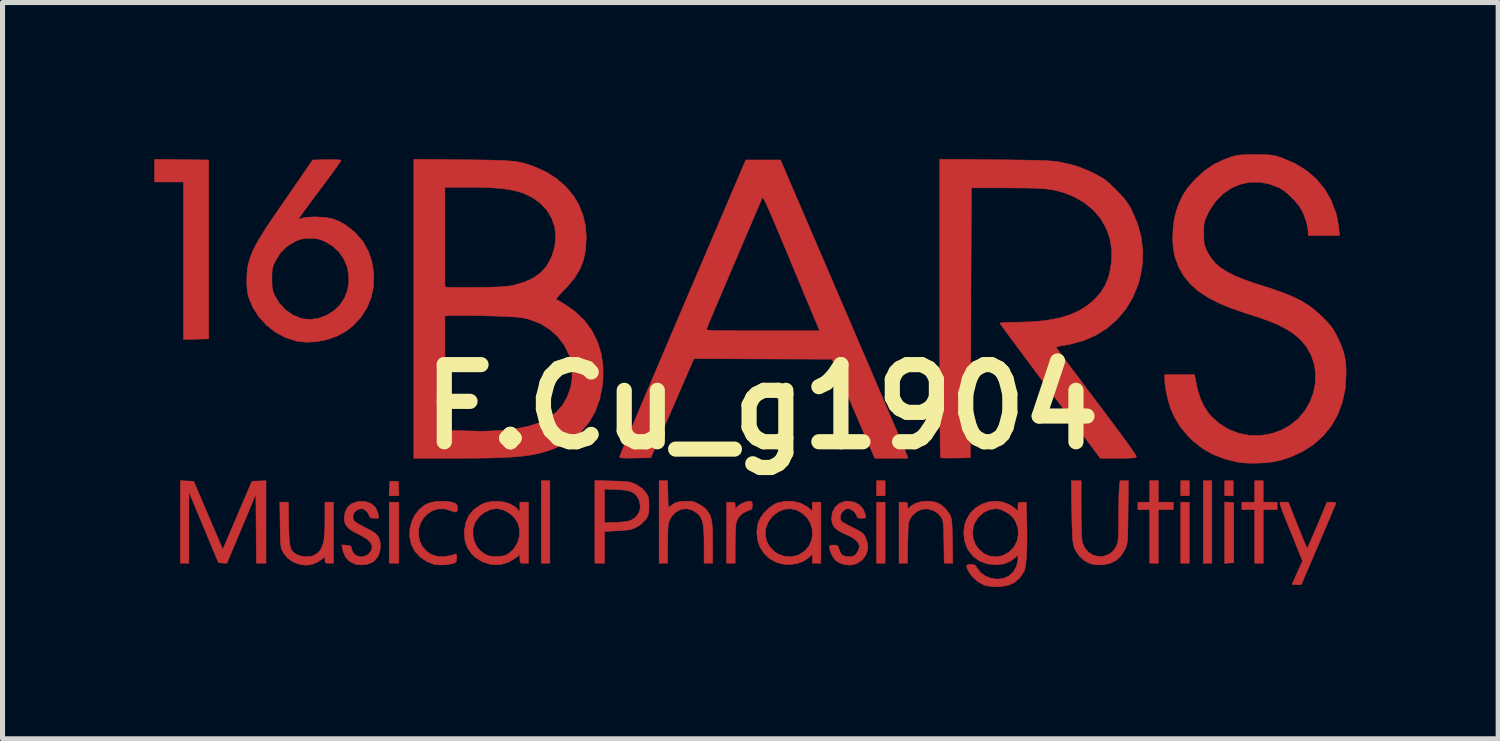
<source format=kicad_pcb>
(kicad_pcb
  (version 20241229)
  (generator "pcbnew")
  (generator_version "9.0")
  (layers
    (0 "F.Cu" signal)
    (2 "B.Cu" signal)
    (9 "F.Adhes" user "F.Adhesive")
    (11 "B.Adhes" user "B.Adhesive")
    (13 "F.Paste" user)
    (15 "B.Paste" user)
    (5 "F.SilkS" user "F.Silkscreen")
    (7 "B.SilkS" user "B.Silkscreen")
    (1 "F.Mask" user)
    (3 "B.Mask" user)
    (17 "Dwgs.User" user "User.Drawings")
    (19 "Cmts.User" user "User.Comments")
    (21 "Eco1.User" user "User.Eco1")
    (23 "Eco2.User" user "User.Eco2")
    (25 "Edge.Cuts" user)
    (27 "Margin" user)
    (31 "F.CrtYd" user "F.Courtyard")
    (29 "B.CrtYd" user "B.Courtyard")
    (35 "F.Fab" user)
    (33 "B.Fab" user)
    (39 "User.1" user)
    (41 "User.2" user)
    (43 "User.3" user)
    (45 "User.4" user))
  (footprint "F.Cu_g1904"
    (layer "F.Cu")
    (at 12.007 4.99)
    (property "Reference" "F.Cu_g1904" (at 0 0 0) (layer "F.SilkS") (effects (font (size 1.524 1.524) (thickness 0.3))))
    (attr through_hole)
    (fp_poly (pts (xy -7.176 3.09) (xy -7.366 3.09) (xy -7.366 1.884) (xy -7.176 1.884) (xy -7.176 3.09)) (stroke (width 0.01) (type solid)) (fill yes) (layer "F.Cu"))
    (fp_poly (pts (xy -7.174 1.757) (xy -7.368 1.757) (xy -7.355 1.471) (xy -7.186 1.471) (xy -7.174 1.757)) (stroke (width 0.01) (type solid)) (fill yes) (layer "F.Cu"))
    (fp_poly (pts (xy -4.191 3.09) (xy -4.36 3.09) (xy -4.36 1.46) (xy -4.191 1.46) (xy -4.191 3.09)) (stroke (width 0.01) (type solid)) (fill yes) (layer "F.Cu"))
    (fp_poly (pts (xy 2.434 1.757) (xy 2.265 1.757) (xy 2.265 1.46) (xy 2.434 1.46) (xy 2.434 1.757)) (stroke (width 0.01) (type solid)) (fill yes) (layer "F.Cu"))
    (fp_poly (pts (xy 2.434 3.09) (xy 2.265 3.09) (xy 2.265 1.884) (xy 2.434 1.884) (xy 2.434 3.09)) (stroke (width 0.01) (type solid)) (fill yes) (layer "F.Cu"))
    (fp_poly (pts (xy 8.445 1.757) (xy 8.276 1.757) (xy 8.276 1.46) (xy 8.445 1.46) (xy 8.445 1.757)) (stroke (width 0.01) (type solid)) (fill yes) (layer "F.Cu"))
    (fp_poly (pts (xy 8.445 3.09) (xy 8.276 3.09) (xy 8.276 1.884) (xy 8.445 1.884) (xy 8.445 3.09)) (stroke (width 0.01) (type solid)) (fill yes) (layer "F.Cu"))
    (fp_poly (pts (xy 8.89 3.09) (xy 8.721 3.09) (xy 8.721 1.46) (xy 8.89 1.46) (xy 8.89 3.09)) (stroke (width 0.01) (type solid)) (fill yes) (layer "F.Cu"))
    (fp_poly (pts (xy 9.313 1.757) (xy 9.144 1.757) (xy 9.144 1.46) (xy 9.313 1.46) (xy 9.313 1.757)) (stroke (width 0.01) (type solid)) (fill yes) (layer "F.Cu"))
    (fp_poly (pts (xy 9.324 1.894) (xy 9.324 3.08) (xy 9.234 3.086) (xy 9.144 3.093) (xy 9.144 1.881) (xy 9.324 1.894)) (stroke (width 0.01) (type solid)) (fill yes) (layer "F.Cu"))
    (fp_poly (pts (xy -10.933 -4.879) (xy -10.933 -1.344) (xy -11.43 -1.332) (xy -11.43 -4.445) (xy -12.002 -4.445) (xy -12.002 -4.89) (xy -10.933 -4.879)) (stroke (width 0.01) (type solid)) (fill yes) (layer "F.Cu"))
    (fp_poly (pts (xy 7.832 1.884) (xy 8.128 1.884) (xy 8.128 2.032) (xy 7.832 2.032) (xy 7.832 3.09) (xy 7.662 3.09) (xy 7.662 2.032) (xy 7.429 2.032) (xy 7.429 1.884) (xy 7.662 1.884) (xy 7.662 1.46) (xy 7.832 1.46) (xy 7.832 1.884)) (stroke (width 0.01) (type solid)) (fill yes) (layer "F.Cu"))
    (fp_poly (pts (xy 9.906 1.884) (xy 10.181 1.884) (xy 10.181 2.032) (xy 9.906 2.032) (xy 9.906 3.09) (xy 9.737 3.09) (xy 9.737 2.032) (xy 9.483 2.032) (xy 9.483 1.884) (xy 9.737 1.884) (xy 9.737 1.46) (xy 9.906 1.46) (xy 9.906 1.884)) (stroke (width 0.01) (type solid)) (fill yes) (layer "F.Cu"))
    (fp_poly (pts (xy -11.361 1.465) (xy -11.229 1.471) (xy -10.942 2.144) (xy -10.654 2.816) (xy -10.079 1.471) (xy -9.939 1.465) (xy -9.8 1.459) (xy -9.8 3.09) (xy -9.99 3.09) (xy -9.996 2.408) (xy -10.001 1.725) (xy -10.573 3.091) (xy -10.656 3.086) (xy -10.74 3.08) (xy -11.031 2.381) (xy -11.323 1.683) (xy -11.324 2.387) (xy -11.324 3.09) (xy -11.493 3.09) (xy -11.493 1.458) (xy -11.361 1.465)) (stroke (width 0.01) (type solid)) (fill yes) (layer "F.Cu"))
    (fp_poly (pts (xy -0.209 1.867) (xy -0.194 1.889) (xy -0.191 1.94) (xy -0.191 1.947) (xy -0.193 2) (xy -0.209 2.028) (xy -0.251 2.046) (xy -0.279 2.054) (xy -0.381 2.102) (xy -0.46 2.181) (xy -0.506 2.277) (xy -0.514 2.326) (xy -0.52 2.408) (xy -0.525 2.514) (xy -0.528 2.636) (xy -0.529 2.725) (xy -0.529 3.09) (xy -0.699 3.09) (xy -0.699 1.884) (xy -0.614 1.884) (xy -0.56 1.886) (xy -0.535 1.9) (xy -0.529 1.935) (xy -0.529 1.951) (xy -0.529 2.019) (xy -0.484 1.97) (xy -0.413 1.916) (xy -0.325 1.877) (xy -0.244 1.863) (xy -0.209 1.867)) (stroke (width 0.01) (type solid)) (fill yes) (layer "F.Cu"))
    (fp_poly (pts (xy -1.858 1.725) (xy -1.852 1.99) (xy -1.77 1.932) (xy -1.717 1.899) (xy -1.66 1.88) (xy -1.585 1.869) (xy -1.532 1.866) (xy -1.442 1.864) (xy -1.376 1.87) (xy -1.316 1.889) (xy -1.259 1.915) (xy -1.185 1.958) (xy -1.12 2.009) (xy -1.09 2.04) (xy -1.052 2.096) (xy -1.023 2.152) (xy -1.002 2.217) (xy -0.988 2.296) (xy -0.979 2.398) (xy -0.975 2.528) (xy -0.974 2.691) (xy -0.974 3.09) (xy -1.143 3.09) (xy -1.143 2.734) (xy -1.145 2.563) (xy -1.151 2.428) (xy -1.164 2.323) (xy -1.184 2.242) (xy -1.212 2.18) (xy -1.25 2.13) (xy -1.286 2.097) (xy -1.389 2.036) (xy -1.497 2.013) (xy -1.604 2.028) (xy -1.701 2.078) (xy -1.782 2.161) (xy -1.823 2.232) (xy -1.837 2.269) (xy -1.848 2.313) (xy -1.855 2.37) (xy -1.859 2.448) (xy -1.861 2.554) (xy -1.862 2.695) (xy -1.862 2.704) (xy -1.863 3.09) (xy -2.032 3.09) (xy -2.032 1.46) (xy -1.864 1.46) (xy -1.858 1.725)) (stroke (width 0.01) (type solid)) (fill yes) (layer "F.Cu"))
    (fp_poly (pts (xy 10.289 1.883) (xy 10.312 1.884) (xy 10.403 1.884) (xy 10.583 2.339) (xy 10.635 2.468) (xy 10.682 2.583) (xy 10.721 2.678) (xy 10.751 2.748) (xy 10.769 2.787) (xy 10.774 2.793) (xy 10.785 2.775) (xy 10.809 2.722) (xy 10.845 2.642) (xy 10.89 2.538) (xy 10.942 2.417) (xy 10.975 2.339) (xy 11.165 1.884) (xy 11.258 1.884) (xy 11.314 1.886) (xy 11.338 1.896) (xy 11.337 1.918) (xy 11.336 1.921) (xy 11.325 1.948) (xy 11.299 2.01) (xy 11.261 2.101) (xy 11.211 2.219) (xy 11.152 2.358) (xy 11.085 2.514) (xy 11.013 2.682) (xy 10.99 2.736) (xy 10.658 3.514) (xy 10.568 3.514) (xy 10.513 3.512) (xy 10.481 3.508) (xy 10.477 3.506) (xy 10.486 3.484) (xy 10.508 3.433) (xy 10.542 3.358) (xy 10.58 3.272) (xy 10.683 3.047) (xy 10.466 2.509) (xy 10.395 2.335) (xy 10.339 2.196) (xy 10.296 2.088) (xy 10.266 2.009) (xy 10.247 1.952) (xy 10.238 1.915) (xy 10.239 1.894) (xy 10.248 1.884) (xy 10.265 1.882) (xy 10.289 1.883)) (stroke (width 0.01) (type solid)) (fill yes) (layer "F.Cu"))
    (fp_poly (pts (xy -6.243 1.867) (xy -6.14 1.88) (xy -6.096 1.892) (xy -6.043 1.919) (xy -6.02 1.956) (xy -6.016 1.981) (xy -6.017 2.046) (xy -6.038 2.077) (xy -6.083 2.076) (xy -6.14 2.054) (xy -6.267 2.016) (xy -6.389 2.016) (xy -6.502 2.048) (xy -6.602 2.109) (xy -6.685 2.192) (xy -6.746 2.293) (xy -6.782 2.407) (xy -6.788 2.529) (xy -6.761 2.655) (xy -6.72 2.744) (xy -6.636 2.848) (xy -6.529 2.919) (xy -6.403 2.957) (xy -6.262 2.96) (xy -6.113 2.927) (xy -6.07 2.91) (xy -6.046 2.907) (xy -6.035 2.927) (xy -6.033 2.98) (xy -6.032 2.983) (xy -6.037 3.041) (xy -6.054 3.073) (xy -6.09 3.092) (xy -6.165 3.11) (xy -6.264 3.121) (xy -6.367 3.123) (xy -6.456 3.116) (xy -6.483 3.111) (xy -6.624 3.056) (xy -6.75 2.97) (xy -6.853 2.861) (xy -6.923 2.735) (xy -6.93 2.715) (xy -6.961 2.567) (xy -6.958 2.418) (xy -6.923 2.273) (xy -6.86 2.14) (xy -6.772 2.026) (xy -6.663 1.94) (xy -6.573 1.898) (xy -6.477 1.876) (xy -6.362 1.866) (xy -6.243 1.867)) (stroke (width 0.01) (type solid)) (fill yes) (layer "F.Cu"))
    (fp_poly (pts (xy -9.352 2.312) (xy -9.348 2.477) (xy -9.343 2.606) (xy -9.333 2.703) (xy -9.318 2.776) (xy -9.297 2.828) (xy -9.266 2.867) (xy -9.226 2.899) (xy -9.182 2.923) (xy -9.1 2.951) (xy -9.005 2.962) (xy -8.916 2.956) (xy -8.862 2.94) (xy -8.792 2.896) (xy -8.737 2.844) (xy -8.697 2.777) (xy -8.668 2.69) (xy -8.649 2.578) (xy -8.639 2.435) (xy -8.636 2.256) (xy -8.636 2.24) (xy -8.636 1.884) (xy -8.467 1.884) (xy -8.467 3.09) (xy -8.551 3.09) (xy -8.606 3.088) (xy -8.63 3.074) (xy -8.636 3.04) (xy -8.636 3.026) (xy -8.636 2.961) (xy -8.715 3.025) (xy -8.787 3.07) (xy -8.869 3.104) (xy -8.89 3.11) (xy -8.956 3.124) (xy -9.007 3.128) (xy -9.061 3.124) (xy -9.137 3.111) (xy -9.144 3.109) (xy -9.266 3.065) (xy -9.374 2.988) (xy -9.457 2.886) (xy -9.461 2.878) (xy -9.479 2.845) (xy -9.492 2.813) (xy -9.502 2.775) (xy -9.509 2.725) (xy -9.514 2.657) (xy -9.517 2.564) (xy -9.52 2.439) (xy -9.521 2.334) (xy -9.528 1.884) (xy -9.359 1.884) (xy -9.352 2.312)) (stroke (width 0.01) (type solid)) (fill yes) (layer "F.Cu"))
    (fp_poly (pts (xy -2.954 1.465) (xy -2.823 1.468) (xy -2.727 1.473) (xy -2.657 1.479) (xy -2.604 1.488) (xy -2.56 1.501) (xy -2.517 1.519) (xy -2.483 1.536) (xy -2.364 1.616) (xy -2.297 1.69) (xy -2.265 1.74) (xy -2.246 1.784) (xy -2.236 1.836) (xy -2.233 1.911) (xy -2.233 1.958) (xy -2.234 2.048) (xy -2.241 2.109) (xy -2.255 2.156) (xy -2.281 2.201) (xy -2.297 2.226) (xy -2.385 2.317) (xy -2.478 2.376) (xy -2.533 2.403) (xy -2.586 2.421) (xy -2.649 2.433) (xy -2.731 2.441) (xy -2.843 2.448) (xy -2.852 2.449) (xy -3.111 2.462) (xy -3.111 3.09) (xy -3.302 3.09) (xy -3.302 2.291) (xy -3.111 2.291) (xy -2.884 2.282) (xy -2.758 2.275) (xy -2.665 2.262) (xy -2.597 2.244) (xy -2.575 2.234) (xy -2.484 2.169) (xy -2.425 2.082) (xy -2.402 1.981) (xy -2.417 1.874) (xy -2.433 1.832) (xy -2.476 1.76) (xy -2.527 1.707) (xy -2.594 1.672) (xy -2.685 1.649) (xy -2.807 1.637) (xy -2.872 1.634) (xy -3.111 1.625) (xy -3.111 2.291) (xy -3.302 2.291) (xy -3.302 1.455) (xy -2.954 1.465)) (stroke (width 0.01) (type solid)) (fill yes) (layer "F.Cu"))
    (fp_poly (pts (xy 3.409 1.879) (xy 3.435 1.885) (xy 3.531 1.93) (xy 3.622 2.006) (xy 3.697 2.102) (xy 3.711 2.125) (xy 3.726 2.158) (xy 3.738 2.192) (xy 3.747 2.235) (xy 3.753 2.293) (xy 3.758 2.373) (xy 3.761 2.481) (xy 3.763 2.624) (xy 3.764 2.651) (xy 3.771 3.09) (xy 3.602 3.09) (xy 3.595 2.672) (xy 3.592 2.528) (xy 3.589 2.419) (xy 3.585 2.34) (xy 3.579 2.283) (xy 3.57 2.242) (xy 3.558 2.21) (xy 3.542 2.181) (xy 3.539 2.176) (xy 3.477 2.106) (xy 3.395 2.052) (xy 3.279 2.017) (xy 3.166 2.022) (xy 3.063 2.066) (xy 2.973 2.148) (xy 2.938 2.196) (xy 2.921 2.226) (xy 2.908 2.258) (xy 2.899 2.297) (xy 2.893 2.351) (xy 2.888 2.427) (xy 2.885 2.531) (xy 2.883 2.67) (xy 2.882 2.683) (xy 2.875 3.09) (xy 2.709 3.09) (xy 2.709 1.884) (xy 2.794 1.884) (xy 2.848 1.886) (xy 2.872 1.9) (xy 2.879 1.934) (xy 2.879 1.951) (xy 2.879 2.018) (xy 2.927 1.973) (xy 3.021 1.911) (xy 3.14 1.874) (xy 3.273 1.862) (xy 3.409 1.879)) (stroke (width 0.01) (type solid)) (fill yes) (layer "F.Cu"))
    (fp_poly (pts (xy 0.621 1.867) (xy 0.77 1.906) (xy 0.901 1.979) (xy 0.926 1.999) (xy 0.995 2.057) (xy 0.995 1.884) (xy 1.164 1.884) (xy 1.164 3.09) (xy 0.995 3.09) (xy 0.995 2.913) (xy 0.937 2.969) (xy 0.824 3.048) (xy 0.688 3.098) (xy 0.536 3.117) (xy 0.429 3.11) (xy 0.278 3.07) (xy 0.148 2.997) (xy 0.041 2.895) (xy -0.038 2.771) (xy -0.087 2.629) (xy -0.097 2.522) (xy 0.065 2.522) (xy 0.089 2.646) (xy 0.149 2.76) (xy 0.244 2.859) (xy 0.307 2.901) (xy 0.432 2.951) (xy 0.565 2.963) (xy 0.695 2.938) (xy 0.73 2.923) (xy 0.844 2.85) (xy 0.926 2.755) (xy 0.978 2.645) (xy 1 2.526) (xy 0.991 2.405) (xy 0.953 2.288) (xy 0.885 2.183) (xy 0.788 2.095) (xy 0.693 2.043) (xy 0.568 2.013) (xy 0.442 2.023) (xy 0.321 2.073) (xy 0.211 2.158) (xy 0.125 2.271) (xy 0.076 2.395) (xy 0.065 2.522) (xy -0.097 2.522) (xy -0.102 2.476) (xy -0.08 2.315) (xy -0.072 2.286) (xy -0.024 2.182) (xy 0.054 2.079) (xy 0.151 1.988) (xy 0.255 1.919) (xy 0.305 1.898) (xy 0.464 1.864) (xy 0.621 1.867)) (stroke (width 0.01) (type solid)) (fill yes) (layer "F.Cu"))
    (fp_poly (pts (xy 6.308 2.027) (xy 6.309 2.208) (xy 6.311 2.367) (xy 6.316 2.499) (xy 6.321 2.599) (xy 6.328 2.663) (xy 6.331 2.678) (xy 6.38 2.789) (xy 6.453 2.873) (xy 6.543 2.929) (xy 6.644 2.955) (xy 6.747 2.952) (xy 6.846 2.919) (xy 6.933 2.855) (xy 7.001 2.758) (xy 7.008 2.744) (xy 7.021 2.71) (xy 7.031 2.672) (xy 7.038 2.622) (xy 7.043 2.555) (xy 7.046 2.464) (xy 7.048 2.343) (xy 7.048 2.189) (xy 7.049 2.043) (xy 7.051 1.903) (xy 7.053 1.778) (xy 7.057 1.675) (xy 7.061 1.604) (xy 7.062 1.591) (xy 7.076 1.46) (xy 7.241 1.46) (xy 7.235 2.08) (xy 7.233 2.259) (xy 7.231 2.4) (xy 7.228 2.511) (xy 7.225 2.595) (xy 7.22 2.658) (xy 7.213 2.705) (xy 7.204 2.742) (xy 7.193 2.774) (xy 7.18 2.805) (xy 7.101 2.937) (xy 7.001 3.033) (xy 6.878 3.094) (xy 6.729 3.123) (xy 6.725 3.123) (xy 6.582 3.119) (xy 6.491 3.1) (xy 6.379 3.043) (xy 6.278 2.955) (xy 6.201 2.846) (xy 6.168 2.769) (xy 6.157 2.728) (xy 6.148 2.677) (xy 6.14 2.611) (xy 6.135 2.526) (xy 6.13 2.415) (xy 6.126 2.274) (xy 6.123 2.096) (xy 6.122 2.058) (xy 6.113 1.46) (xy 6.308 1.46) (xy 6.308 2.027)) (stroke (width 0.01) (type solid)) (fill yes) (layer "F.Cu"))
    (fp_poly (pts (xy -5.09 1.882) (xy -4.97 1.921) (xy -4.872 1.979) (xy -4.816 2.037) (xy -4.797 2.062) (xy -4.787 2.061) (xy -4.784 2.027) (xy -4.784 1.984) (xy -4.784 1.884) (xy -4.614 1.884) (xy -4.614 3.09) (xy -4.699 3.09) (xy -4.753 3.088) (xy -4.777 3.074) (xy -4.783 3.035) (xy -4.784 3.006) (xy -4.784 2.921) (xy -4.878 2.993) (xy -5.017 3.074) (xy -5.168 3.116) (xy -5.325 3.118) (xy -5.374 3.11) (xy -5.531 3.059) (xy -5.667 2.973) (xy -5.735 2.907) (xy -5.819 2.787) (xy -5.867 2.654) (xy -5.877 2.547) (xy -5.71 2.547) (xy -5.68 2.672) (xy -5.621 2.783) (xy -5.559 2.85) (xy -5.473 2.912) (xy -5.387 2.947) (xy -5.287 2.959) (xy -5.224 2.958) (xy -5.136 2.95) (xy -5.071 2.934) (xy -5.013 2.902) (xy -4.992 2.888) (xy -4.896 2.797) (xy -4.829 2.683) (xy -4.792 2.556) (xy -4.788 2.426) (xy -4.821 2.301) (xy -4.823 2.297) (xy -4.892 2.19) (xy -4.988 2.103) (xy -5.101 2.041) (xy -5.22 2.012) (xy -5.249 2.011) (xy -5.368 2.031) (xy -5.484 2.085) (xy -5.585 2.167) (xy -5.662 2.269) (xy -5.676 2.297) (xy -5.71 2.418) (xy -5.71 2.547) (xy -5.877 2.547) (xy -5.882 2.501) (xy -5.88 2.446) (xy -5.851 2.281) (xy -5.788 2.141) (xy -5.69 2.026) (xy -5.56 1.937) (xy -5.482 1.902) (xy -5.356 1.871) (xy -5.222 1.865) (xy -5.09 1.882)) (stroke (width 0.01) (type solid)) (fill yes) (layer "F.Cu"))
    (fp_poly (pts (xy -7.817 1.876) (xy -7.714 1.917) (xy -7.638 1.988) (xy -7.592 2.087) (xy -7.585 2.122) (xy -7.572 2.201) (xy -7.658 2.201) (xy -7.716 2.197) (xy -7.746 2.18) (xy -7.759 2.154) (xy -7.784 2.102) (xy -7.817 2.058) (xy -7.875 2.019) (xy -7.938 2.014) (xy -7.999 2.036) (xy -8.048 2.078) (xy -8.079 2.134) (xy -8.082 2.197) (xy -8.057 2.254) (xy -8.026 2.279) (xy -7.967 2.317) (xy -7.888 2.361) (xy -7.83 2.39) (xy -7.717 2.449) (xy -7.638 2.502) (xy -7.587 2.556) (xy -7.557 2.618) (xy -7.542 2.696) (xy -7.54 2.718) (xy -7.547 2.839) (xy -7.585 2.948) (xy -7.651 3.036) (xy -7.694 3.069) (xy -7.792 3.109) (xy -7.906 3.124) (xy -8.016 3.113) (xy -8.05 3.103) (xy -8.155 3.048) (xy -8.229 2.968) (xy -8.276 2.859) (xy -8.288 2.808) (xy -8.303 2.728) (xy -8.21 2.734) (xy -8.151 2.742) (xy -8.123 2.757) (xy -8.112 2.789) (xy -8.111 2.798) (xy -8.084 2.876) (xy -8.029 2.931) (xy -7.957 2.96) (xy -7.877 2.96) (xy -7.8 2.929) (xy -7.767 2.901) (xy -7.714 2.828) (xy -7.704 2.755) (xy -7.735 2.682) (xy -7.808 2.611) (xy -7.923 2.541) (xy -7.968 2.519) (xy -8.09 2.456) (xy -8.174 2.395) (xy -8.227 2.33) (xy -8.251 2.255) (xy -8.255 2.205) (xy -8.238 2.081) (xy -8.189 1.983) (xy -8.109 1.914) (xy -8 1.875) (xy -7.943 1.868) (xy -7.817 1.876)) (stroke (width 0.01) (type solid)) (fill yes) (layer "F.Cu"))
    (fp_poly (pts (xy 1.819 1.881) (xy 1.921 1.932) (xy 1.997 2.013) (xy 2.042 2.121) (xy 2.045 2.133) (xy 2.051 2.176) (xy 2.041 2.196) (xy 2.003 2.201) (xy 1.972 2.201) (xy 1.914 2.198) (xy 1.885 2.182) (xy 1.871 2.148) (xy 1.838 2.087) (xy 1.78 2.037) (xy 1.714 2.012) (xy 1.7 2.011) (xy 1.639 2.028) (xy 1.59 2.072) (xy 1.557 2.131) (xy 1.547 2.194) (xy 1.564 2.25) (xy 1.58 2.268) (xy 1.613 2.289) (xy 1.674 2.323) (xy 1.753 2.365) (xy 1.807 2.392) (xy 1.898 2.438) (xy 1.959 2.475) (xy 2 2.508) (xy 2.029 2.546) (xy 2.048 2.582) (xy 2.088 2.703) (xy 2.09 2.822) (xy 2.053 2.932) (xy 1.978 3.028) (xy 1.976 3.029) (xy 1.871 3.099) (xy 1.754 3.128) (xy 1.628 3.116) (xy 1.581 3.102) (xy 1.516 3.073) (xy 1.462 3.039) (xy 1.456 3.034) (xy 1.413 2.98) (xy 1.372 2.906) (xy 1.343 2.829) (xy 1.334 2.778) (xy 1.339 2.747) (xy 1.364 2.734) (xy 1.417 2.731) (xy 1.472 2.734) (xy 1.5 2.751) (xy 1.518 2.794) (xy 1.524 2.814) (xy 1.55 2.877) (xy 1.585 2.924) (xy 1.593 2.931) (xy 1.659 2.957) (xy 1.739 2.962) (xy 1.812 2.946) (xy 1.822 2.942) (xy 1.866 2.901) (xy 1.904 2.837) (xy 1.925 2.772) (xy 1.926 2.754) (xy 1.907 2.695) (xy 1.854 2.633) (xy 1.775 2.576) (xy 1.699 2.539) (xy 1.571 2.481) (xy 1.479 2.425) (xy 1.42 2.364) (xy 1.387 2.293) (xy 1.376 2.206) (xy 1.376 2.195) (xy 1.394 2.078) (xy 1.446 1.981) (xy 1.525 1.91) (xy 1.627 1.87) (xy 1.696 1.863) (xy 1.819 1.881)) (stroke (width 0.01) (type solid)) (fill yes) (layer "F.Cu"))
    (fp_poly (pts (xy 4.774 1.885) (xy 4.909 1.942) (xy 4.99 1.999) (xy 5.059 2.057) (xy 5.059 1.97) (xy 5.061 1.915) (xy 5.074 1.891) (xy 5.111 1.884) (xy 5.14 1.884) (xy 5.222 1.884) (xy 5.233 2.27) (xy 5.238 2.484) (xy 5.237 2.681) (xy 5.232 2.858) (xy 5.223 3.009) (xy 5.21 3.13) (xy 5.193 3.216) (xy 5.18 3.252) (xy 5.095 3.379) (xy 4.991 3.47) (xy 4.863 3.527) (xy 4.71 3.553) (xy 4.646 3.554) (xy 4.553 3.55) (xy 4.464 3.539) (xy 4.399 3.524) (xy 4.394 3.523) (xy 4.261 3.452) (xy 4.149 3.346) (xy 4.104 3.284) (xy 4.059 3.206) (xy 4.043 3.154) (xy 4.057 3.124) (xy 4.101 3.112) (xy 4.127 3.111) (xy 4.186 3.117) (xy 4.221 3.138) (xy 4.242 3.172) (xy 4.316 3.27) (xy 4.415 3.344) (xy 4.532 3.389) (xy 4.656 3.405) (xy 4.779 3.388) (xy 4.886 3.338) (xy 4.967 3.262) (xy 5.027 3.16) (xy 5.057 3.047) (xy 5.059 3.011) (xy 5.059 2.923) (xy 5.009 2.973) (xy 4.902 3.055) (xy 4.777 3.103) (xy 4.626 3.12) (xy 4.614 3.12) (xy 4.447 3.102) (xy 4.301 3.048) (xy 4.179 2.96) (xy 4.081 2.836) (xy 4.049 2.777) (xy 4.002 2.635) (xy 3.988 2.49) (xy 4.161 2.49) (xy 4.177 2.615) (xy 4.223 2.728) (xy 4.295 2.824) (xy 4.387 2.899) (xy 4.495 2.947) (xy 4.613 2.964) (xy 4.737 2.946) (xy 4.779 2.93) (xy 4.895 2.861) (xy 4.983 2.766) (xy 5.041 2.652) (xy 5.066 2.526) (xy 5.058 2.397) (xy 5.014 2.269) (xy 4.963 2.188) (xy 4.9 2.128) (xy 4.815 2.073) (xy 4.723 2.031) (xy 4.64 2.012) (xy 4.627 2.011) (xy 4.5 2.031) (xy 4.382 2.087) (xy 4.283 2.173) (xy 4.209 2.284) (xy 4.18 2.357) (xy 4.161 2.49) (xy 3.988 2.49) (xy 3.987 2.481) (xy 4.007 2.328) (xy 4.041 2.227) (xy 4.12 2.097) (xy 4.226 1.993) (xy 4.351 1.919) (xy 4.488 1.875) (xy 4.631 1.863) (xy 4.774 1.885)) (stroke (width 0.01) (type solid)) (fill yes) (layer "F.Cu"))
    (fp_poly (pts (xy 1.612 -1.979) (xy 1.756 -1.646) (xy 1.894 -1.322) (xy 2.028 -1.012) (xy 2.155 -0.715) (xy 2.274 -0.436) (xy 2.386 -0.175) (xy 2.488 0.064) (xy 2.58 0.28) (xy 2.662 0.471) (xy 2.731 0.634) (xy 2.788 0.768) (xy 2.83 0.869) (xy 2.858 0.936) (xy 2.871 0.967) (xy 2.871 0.968) (xy 2.883 1.016) (xy 2.23 1.016) (xy 1.807 0.037) (xy 1.384 -0.942) (xy 0.02 -0.947) (xy -1.344 -0.953) (xy -1.769 0.026) (xy -2.195 1.005) (xy -2.505 1.011) (xy -2.631 1.013) (xy -2.72 1.012) (xy -2.777 1.008) (xy -2.807 1) (xy -2.815 0.99) (xy -2.807 0.968) (xy -2.783 0.909) (xy -2.744 0.815) (xy -2.691 0.689) (xy -2.626 0.533) (xy -2.548 0.348) (xy -2.459 0.138) (xy -2.36 -0.097) (xy -2.251 -0.353) (xy -2.134 -0.628) (xy -2.009 -0.921) (xy -1.878 -1.23) (xy -1.749 -1.532) (xy -1.095 -1.532) (xy -1.089 -1.525) (xy -1.074 -1.519) (xy -1.045 -1.515) (xy -1 -1.511) (xy -0.936 -1.508) (xy -0.848 -1.506) (xy -0.735 -1.505) (xy -0.591 -1.504) (xy -0.415 -1.503) (xy -0.203 -1.503) (xy 0.018 -1.503) (xy 1.142 -1.503) (xy 1.09 -1.625) (xy 1.072 -1.666) (xy 1.04 -1.742) (xy 0.995 -1.85) (xy 0.938 -1.986) (xy 0.871 -2.145) (xy 0.796 -2.325) (xy 0.715 -2.522) (xy 0.627 -2.731) (xy 0.537 -2.949) (xy 0.531 -2.963) (xy 0.426 -3.213) (xy 0.337 -3.427) (xy 0.261 -3.606) (xy 0.198 -3.755) (xy 0.146 -3.874) (xy 0.105 -3.967) (xy 0.072 -4.037) (xy 0.047 -4.086) (xy 0.029 -4.117) (xy 0.016 -4.132) (xy 0.008 -4.134) (xy 0.003 -4.127) (xy -0.009 -4.099) (xy -0.035 -4.035) (xy -0.076 -3.939) (xy -0.129 -3.815) (xy -0.193 -3.665) (xy -0.266 -3.494) (xy -0.347 -3.304) (xy -0.434 -3.1) (xy -0.526 -2.884) (xy -0.551 -2.826) (xy -0.644 -2.608) (xy -0.732 -2.401) (xy -0.814 -2.209) (xy -0.888 -2.034) (xy -0.953 -1.88) (xy -1.008 -1.751) (xy -1.05 -1.649) (xy -1.079 -1.579) (xy -1.094 -1.543) (xy -1.095 -1.54) (xy -1.095 -1.532) (xy -1.749 -1.532) (xy -1.741 -1.551) (xy -1.599 -1.883) (xy -1.567 -1.958) (xy -0.32 -4.879) (xy 0.366 -4.879) (xy 1.612 -1.979)) (stroke (width 0.01) (type solid)) (fill yes) (layer "F.Cu"))
    (fp_poly (pts (xy -8.379 -4.883) (xy -8.329 -4.876) (xy -8.319 -4.869) (xy -8.331 -4.847) (xy -8.366 -4.796) (xy -8.42 -4.719) (xy -8.491 -4.621) (xy -8.576 -4.505) (xy -8.671 -4.377) (xy -8.742 -4.283) (xy -8.843 -4.148) (xy -8.934 -4.024) (xy -9.014 -3.916) (xy -9.079 -3.826) (xy -9.126 -3.76) (xy -9.153 -3.72) (xy -9.158 -3.711) (xy -9.135 -3.713) (xy -9.091 -3.728) (xy -9.089 -3.728) (xy -9.04 -3.74) (xy -8.961 -3.748) (xy -8.863 -3.753) (xy -8.805 -3.753) (xy -8.635 -3.745) (xy -8.491 -3.718) (xy -8.36 -3.669) (xy -8.227 -3.593) (xy -8.217 -3.586) (xy -8.038 -3.444) (xy -7.892 -3.276) (xy -7.783 -3.086) (xy -7.709 -2.874) (xy -7.671 -2.642) (xy -7.669 -2.614) (xy -7.676 -2.382) (xy -7.722 -2.162) (xy -7.806 -1.956) (xy -7.926 -1.769) (xy -8.08 -1.604) (xy -8.228 -1.49) (xy -8.403 -1.396) (xy -8.598 -1.328) (xy -8.804 -1.287) (xy -9.009 -1.277) (xy -9.201 -1.3) (xy -9.207 -1.302) (xy -9.419 -1.371) (xy -9.615 -1.476) (xy -9.79 -1.614) (xy -9.941 -1.779) (xy -10.06 -1.967) (xy -10.133 -2.137) (xy -10.158 -2.226) (xy -10.173 -2.318) (xy -10.18 -2.428) (xy -10.18 -2.487) (xy -10.179 -2.529) (xy -9.684 -2.529) (xy -9.682 -2.425) (xy -9.677 -2.35) (xy -9.664 -2.29) (xy -9.643 -2.231) (xy -9.627 -2.197) (xy -9.535 -2.046) (xy -9.415 -1.917) (xy -9.273 -1.817) (xy -9.116 -1.752) (xy -9.058 -1.738) (xy -8.907 -1.727) (xy -8.752 -1.753) (xy -8.6 -1.812) (xy -8.452 -1.904) (xy -8.334 -2.02) (xy -8.247 -2.155) (xy -8.19 -2.303) (xy -8.163 -2.459) (xy -8.166 -2.617) (xy -8.199 -2.773) (xy -8.262 -2.921) (xy -8.355 -3.056) (xy -8.477 -3.172) (xy -8.628 -3.264) (xy -8.63 -3.265) (xy -8.717 -3.302) (xy -8.791 -3.322) (xy -8.873 -3.33) (xy -8.932 -3.331) (xy -9.03 -3.328) (xy -9.106 -3.315) (xy -9.182 -3.288) (xy -9.23 -3.267) (xy -9.387 -3.17) (xy -9.516 -3.043) (xy -9.615 -2.885) (xy -9.618 -2.879) (xy -9.649 -2.81) (xy -9.668 -2.752) (xy -9.679 -2.691) (xy -9.683 -2.613) (xy -9.684 -2.529) (xy -10.179 -2.529) (xy -10.177 -2.615) (xy -10.166 -2.733) (xy -10.144 -2.847) (xy -10.11 -2.961) (xy -10.062 -3.081) (xy -9.996 -3.211) (xy -9.912 -3.357) (xy -9.807 -3.524) (xy -9.679 -3.716) (xy -9.604 -3.824) (xy -9.503 -3.971) (xy -9.398 -4.123) (xy -9.296 -4.271) (xy -9.202 -4.408) (xy -9.121 -4.525) (xy -9.067 -4.604) (xy -8.878 -4.879) (xy -8.598 -4.885) (xy -8.469 -4.886) (xy -8.379 -4.883)) (stroke (width 0.01) (type solid)) (fill yes) (layer "F.Cu"))
    (fp_poly (pts (xy 4.609 -4.883) (xy 4.866 -4.881) (xy 5.084 -4.878) (xy 5.267 -4.875) (xy 5.42 -4.871) (xy 5.545 -4.867) (xy 5.647 -4.863) (xy 5.73 -4.857) (xy 5.796 -4.851) (xy 5.851 -4.844) (xy 5.884 -4.838) (xy 6.077 -4.796) (xy 6.246 -4.747) (xy 6.406 -4.685) (xy 6.567 -4.61) (xy 6.661 -4.561) (xy 6.738 -4.516) (xy 6.806 -4.466) (xy 6.878 -4.403) (xy 6.964 -4.32) (xy 6.997 -4.288) (xy 7.093 -4.189) (xy 7.165 -4.108) (xy 7.221 -4.032) (xy 7.27 -3.953) (xy 7.307 -3.884) (xy 7.423 -3.615) (xy 7.496 -3.344) (xy 7.527 -3.071) (xy 7.516 -2.796) (xy 7.463 -2.52) (xy 7.428 -2.403) (xy 7.323 -2.151) (xy 7.185 -1.924) (xy 7.016 -1.725) (xy 6.819 -1.554) (xy 6.596 -1.414) (xy 6.349 -1.307) (xy 6.08 -1.235) (xy 5.98 -1.218) (xy 5.902 -1.205) (xy 5.843 -1.191) (xy 5.814 -1.179) (xy 5.812 -1.177) (xy 5.825 -1.157) (xy 5.861 -1.107) (xy 5.919 -1.029) (xy 5.995 -0.925) (xy 6.089 -0.8) (xy 6.197 -0.656) (xy 6.317 -0.495) (xy 6.448 -0.321) (xy 6.587 -0.137) (xy 6.613 -0.102) (xy 6.779 0.118) (xy 6.928 0.318) (xy 7.059 0.494) (xy 7.171 0.647) (xy 7.262 0.773) (xy 7.331 0.871) (xy 7.377 0.941) (xy 7.399 0.979) (xy 7.4 0.985) (xy 7.389 0.997) (xy 7.361 1.005) (xy 7.31 1.011) (xy 7.232 1.014) (xy 7.12 1.016) (xy 7.038 1.016) (xy 6.687 1.016) (xy 5.698 -0.307) (xy 5.542 -0.517) (xy 5.394 -0.716) (xy 5.254 -0.903) (xy 5.126 -1.075) (xy 5.011 -1.23) (xy 4.912 -1.365) (xy 4.829 -1.477) (xy 4.766 -1.563) (xy 4.723 -1.622) (xy 4.704 -1.65) (xy 4.703 -1.652) (xy 4.72 -1.66) (xy 4.776 -1.666) (xy 4.867 -1.67) (xy 4.99 -1.672) (xy 5.021 -1.672) (xy 5.339 -1.681) (xy 5.621 -1.708) (xy 5.871 -1.754) (xy 6.09 -1.82) (xy 6.281 -1.907) (xy 6.448 -2.015) (xy 6.574 -2.125) (xy 6.694 -2.261) (xy 6.782 -2.4) (xy 6.845 -2.556) (xy 6.868 -2.635) (xy 6.91 -2.876) (xy 6.912 -3.108) (xy 6.875 -3.329) (xy 6.801 -3.534) (xy 6.692 -3.722) (xy 6.548 -3.89) (xy 6.372 -4.034) (xy 6.165 -4.153) (xy 5.997 -4.221) (xy 5.911 -4.248) (xy 5.83 -4.27) (xy 5.746 -4.288) (xy 5.654 -4.302) (xy 5.549 -4.312) (xy 5.425 -4.319) (xy 5.276 -4.324) (xy 5.098 -4.326) (xy 4.884 -4.327) (xy 4.837 -4.328) (xy 4.138 -4.329) (xy 4.128 -1.662) (xy 4.117 1.005) (xy 3.83 1.011) (xy 3.724 1.012) (xy 3.633 1.011) (xy 3.566 1.008) (xy 3.531 1.004) (xy 3.528 1.002) (xy 3.527 0.98) (xy 3.525 0.917) (xy 3.523 0.818) (xy 3.522 0.683) (xy 3.52 0.515) (xy 3.519 0.317) (xy 3.518 0.091) (xy 3.517 -0.16) (xy 3.516 -0.434) (xy 3.515 -0.729) (xy 3.514 -1.041) (xy 3.514 -1.37) (xy 3.514 -1.712) (xy 3.514 -1.953) (xy 3.514 -4.894) (xy 4.609 -4.883)) (stroke (width 0.01) (type solid)) (fill yes) (layer "F.Cu"))
    (fp_poly (pts (xy -5.921 -4.883) (xy -5.678 -4.881) (xy -5.472 -4.878) (xy -5.299 -4.874) (xy -5.155 -4.869) (xy -5.035 -4.863) (xy -4.934 -4.855) (xy -4.848 -4.844) (xy -4.772 -4.831) (xy -4.701 -4.814) (xy -4.631 -4.793) (xy -4.558 -4.768) (xy -4.49 -4.744) (xy -4.261 -4.64) (xy -4.054 -4.507) (xy -3.873 -4.349) (xy -3.723 -4.168) (xy -3.621 -3.997) (xy -3.541 -3.802) (xy -3.492 -3.603) (xy -3.473 -3.386) (xy -3.472 -3.334) (xy -3.485 -3.106) (xy -3.526 -2.904) (xy -3.598 -2.72) (xy -3.704 -2.546) (xy -3.848 -2.374) (xy -3.891 -2.329) (xy -3.963 -2.255) (xy -4.02 -2.193) (xy -4.058 -2.147) (xy -4.072 -2.124) (xy -4.071 -2.122) (xy -4.026 -2.101) (xy -3.958 -2.062) (xy -3.877 -2.011) (xy -3.794 -1.955) (xy -3.719 -1.902) (xy -3.679 -1.87) (xy -3.502 -1.699) (xy -3.359 -1.504) (xy -3.25 -1.287) (xy -3.177 -1.051) (xy -3.14 -0.799) (xy -3.14 -0.533) (xy -3.153 -0.413) (xy -3.206 -0.15) (xy -3.292 0.086) (xy -3.41 0.295) (xy -3.561 0.477) (xy -3.745 0.632) (xy -3.961 0.76) (xy -4.113 0.827) (xy -4.223 0.866) (xy -4.334 0.9) (xy -4.451 0.929) (xy -4.577 0.953) (xy -4.717 0.972) (xy -4.875 0.987) (xy -5.055 0.999) (xy -5.261 1.007) (xy -5.497 1.012) (xy -5.768 1.015) (xy -6.048 1.016) (xy -6.879 1.016) (xy -6.879 -1.794) (xy -6.265 -1.794) (xy -6.265 0.464) (xy -5.974 0.471) (xy -5.857 0.474) (xy -5.745 0.477) (xy -5.649 0.479) (xy -5.583 0.482) (xy -5.577 0.482) (xy -5.517 0.482) (xy -5.426 0.479) (xy -5.315 0.474) (xy -5.195 0.467) (xy -5.161 0.465) (xy -4.872 0.435) (xy -4.619 0.384) (xy -4.402 0.314) (xy -4.217 0.221) (xy -4.064 0.106) (xy -3.942 -0.032) (xy -3.848 -0.196) (xy -3.781 -0.384) (xy -3.776 -0.402) (xy -3.753 -0.55) (xy -3.751 -0.714) (xy -3.77 -0.876) (xy -3.808 -1.019) (xy -3.809 -1.021) (xy -3.905 -1.217) (xy -4.035 -1.388) (xy -4.194 -1.531) (xy -4.381 -1.646) (xy -4.592 -1.727) (xy -4.629 -1.737) (xy -4.685 -1.751) (xy -4.746 -1.761) (xy -4.818 -1.77) (xy -4.907 -1.778) (xy -5.018 -1.784) (xy -5.157 -1.79) (xy -5.33 -1.795) (xy -5.419 -1.798) (xy -5.583 -1.802) (xy -5.739 -1.805) (xy -5.88 -1.807) (xy -6 -1.808) (xy -6.091 -1.807) (xy -6.148 -1.805) (xy -6.154 -1.805) (xy -6.265 -1.794) (xy -6.879 -1.794) (xy -6.879 -2.373) (xy -6.265 -2.373) (xy -6.207 -2.363) (xy -6.17 -2.361) (xy -6.098 -2.359) (xy -5.996 -2.358) (xy -5.871 -2.358) (xy -5.729 -2.359) (xy -5.609 -2.36) (xy -5.418 -2.363) (xy -5.264 -2.368) (xy -5.141 -2.374) (xy -5.043 -2.382) (xy -4.964 -2.392) (xy -4.913 -2.402) (xy -4.699 -2.464) (xy -4.52 -2.546) (xy -4.374 -2.65) (xy -4.259 -2.778) (xy -4.17 -2.933) (xy -4.151 -2.979) (xy -4.092 -3.178) (xy -4.074 -3.372) (xy -4.096 -3.558) (xy -4.156 -3.731) (xy -4.252 -3.889) (xy -4.386 -4.028) (xy -4.494 -4.109) (xy -4.603 -4.172) (xy -4.72 -4.224) (xy -4.85 -4.264) (xy -4.998 -4.295) (xy -5.169 -4.317) (xy -5.368 -4.331) (xy -5.601 -4.338) (xy -5.763 -4.339) (xy -6.265 -4.339) (xy -6.265 -2.373) (xy -6.879 -2.373) (xy -6.879 -4.893) (xy -5.921 -4.883)) (stroke (width 0.01) (type solid)) (fill yes) (layer "F.Cu"))
    (fp_poly (pts (xy 9.876 -4.984) (xy 9.972 -4.982) (xy 10.046 -4.977) (xy 10.108 -4.968) (xy 10.167 -4.954) (xy 10.234 -4.933) (xy 10.287 -4.915) (xy 10.539 -4.807) (xy 10.762 -4.669) (xy 10.954 -4.503) (xy 11.115 -4.309) (xy 11.244 -4.089) (xy 11.338 -3.845) (xy 11.345 -3.822) (xy 11.369 -3.72) (xy 11.39 -3.606) (xy 11.4 -3.534) (xy 11.414 -3.387) (xy 10.795 -3.387) (xy 10.795 -3.455) (xy 10.784 -3.551) (xy 10.755 -3.668) (xy 10.711 -3.792) (xy 10.676 -3.871) (xy 10.616 -3.969) (xy 10.529 -4.075) (xy 10.428 -4.177) (xy 10.324 -4.265) (xy 10.229 -4.326) (xy 10.033 -4.403) (xy 9.835 -4.44) (xy 9.64 -4.438) (xy 9.452 -4.399) (xy 9.275 -4.323) (xy 9.113 -4.212) (xy 8.97 -4.068) (xy 8.851 -3.892) (xy 8.823 -3.84) (xy 8.782 -3.756) (xy 8.756 -3.693) (xy 8.741 -3.637) (xy 8.733 -3.574) (xy 8.731 -3.491) (xy 8.731 -3.43) (xy 8.732 -3.327) (xy 8.736 -3.253) (xy 8.747 -3.195) (xy 8.765 -3.141) (xy 8.794 -3.078) (xy 8.8 -3.065) (xy 8.866 -2.953) (xy 8.946 -2.853) (xy 9.047 -2.762) (xy 9.172 -2.679) (xy 9.324 -2.599) (xy 9.508 -2.522) (xy 9.728 -2.444) (xy 9.864 -2.401) (xy 10.101 -2.325) (xy 10.303 -2.253) (xy 10.475 -2.183) (xy 10.623 -2.112) (xy 10.754 -2.036) (xy 10.874 -1.953) (xy 10.987 -1.858) (xy 11.093 -1.758) (xy 11.182 -1.666) (xy 11.248 -1.588) (xy 11.302 -1.509) (xy 11.353 -1.417) (xy 11.374 -1.376) (xy 11.445 -1.219) (xy 11.494 -1.081) (xy 11.525 -0.946) (xy 11.54 -0.798) (xy 11.544 -0.646) (xy 11.526 -0.36) (xy 11.47 -0.094) (xy 11.379 0.151) (xy 11.253 0.373) (xy 11.094 0.57) (xy 10.903 0.741) (xy 10.681 0.884) (xy 10.43 0.997) (xy 10.225 1.062) (xy 10.086 1.089) (xy 9.922 1.106) (xy 9.747 1.114) (xy 9.579 1.111) (xy 9.431 1.096) (xy 9.398 1.091) (xy 9.14 1.027) (xy 8.912 0.939) (xy 8.708 0.823) (xy 8.52 0.675) (xy 8.432 0.589) (xy 8.277 0.406) (xy 8.155 0.209) (xy 8.086 0.057) (xy 8.048 -0.056) (xy 8.012 -0.189) (xy 7.984 -0.328) (xy 7.965 -0.457) (xy 7.959 -0.553) (xy 7.959 -0.635) (xy 8.549 -0.635) (xy 8.563 -0.556) (xy 8.607 -0.345) (xy 8.662 -0.169) (xy 8.731 -0.018) (xy 8.818 0.114) (xy 8.885 0.193) (xy 9.047 0.338) (xy 9.231 0.449) (xy 9.43 0.525) (xy 9.639 0.564) (xy 9.855 0.566) (xy 10.07 0.529) (xy 10.266 0.46) (xy 10.446 0.359) (xy 10.6 0.23) (xy 10.727 0.08) (xy 10.826 -0.089) (xy 10.895 -0.269) (xy 10.934 -0.457) (xy 10.941 -0.648) (xy 10.916 -0.836) (xy 10.856 -1.017) (xy 10.761 -1.186) (xy 10.673 -1.295) (xy 10.577 -1.387) (xy 10.469 -1.471) (xy 10.344 -1.548) (xy 10.196 -1.623) (xy 10.02 -1.696) (xy 9.813 -1.77) (xy 9.582 -1.844) (xy 9.284 -1.945) (xy 9.025 -2.052) (xy 8.804 -2.167) (xy 8.617 -2.293) (xy 8.463 -2.431) (xy 8.339 -2.582) (xy 8.242 -2.75) (xy 8.17 -2.936) (xy 8.156 -2.986) (xy 8.129 -3.131) (xy 8.118 -3.301) (xy 8.122 -3.481) (xy 8.14 -3.659) (xy 8.173 -3.818) (xy 8.18 -3.842) (xy 8.243 -4.025) (xy 8.316 -4.18) (xy 8.407 -4.32) (xy 8.525 -4.458) (xy 8.584 -4.519) (xy 8.753 -4.671) (xy 8.928 -4.79) (xy 9.122 -4.884) (xy 9.26 -4.935) (xy 9.323 -4.955) (xy 9.382 -4.968) (xy 9.447 -4.977) (xy 9.527 -4.982) (xy 9.633 -4.984) (xy 9.747 -4.985) (xy 9.876 -4.984)) (stroke (width 0.01) (type solid)) (fill yes) (layer "F.Cu")))
  (gr_rect
    (start -3 -3)
    (end 26.556 11.549)
    (stroke (width 0.1) (type default))
    (fill no)
    (layer "Edge.Cuts")))
</source>
